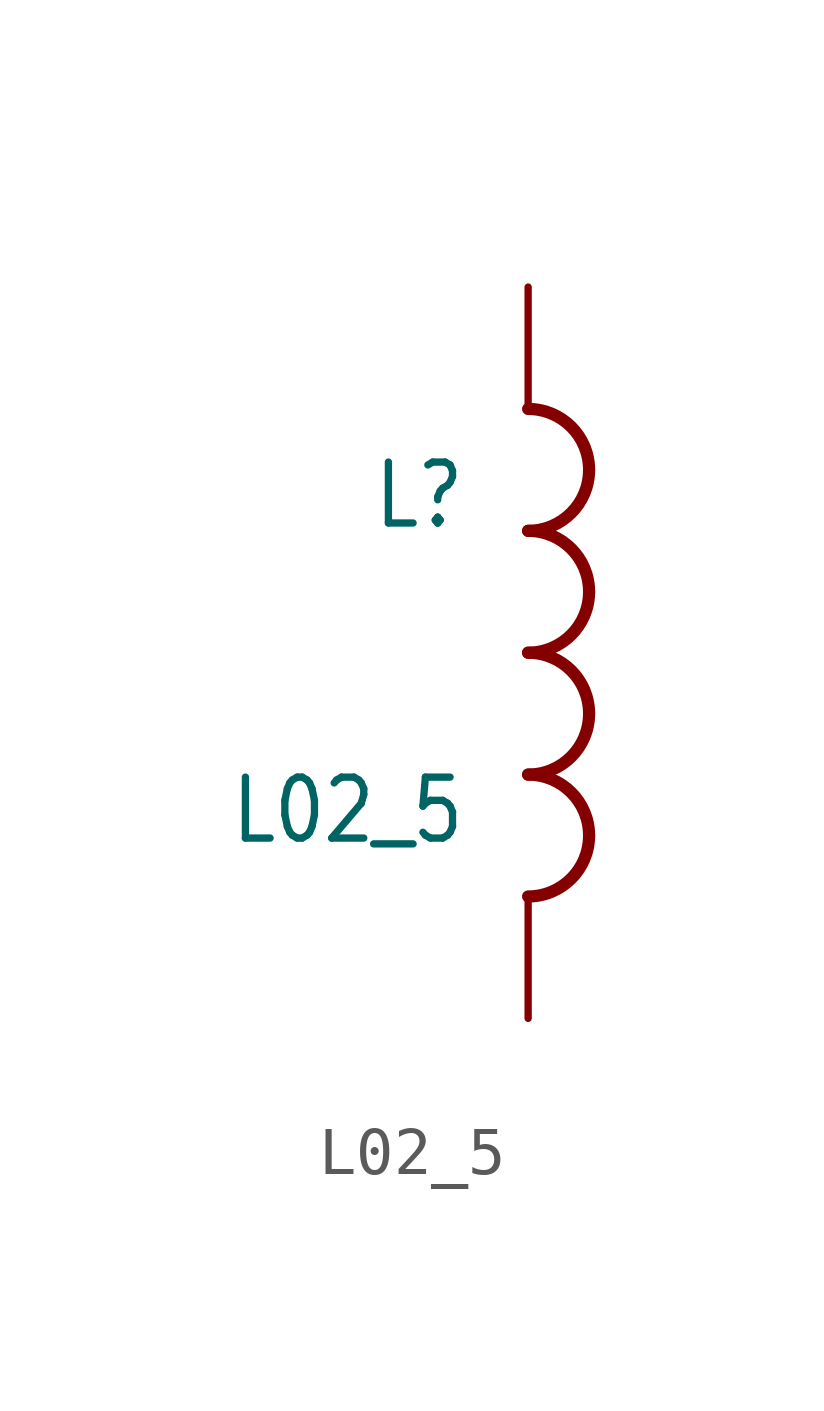
<source format=kicad_sym>
(kicad_symbol_lib
  (version 20201005)
  (generator kicad_symbol_editor)
  (symbol "L02_5"
    (property "Reference" "L"
      (at -1.27 2.54 0)
      (effects (font (size 1.27 1.079)) (justify right bottom)))
    (property "Value" "L02_5"
      (at -1.27 -2.54 0)
      (effects (font (size 1.27 1.079)) (justify right top)))
    (property "ki_locked" ""
      (at 0 0 0)
      (effects (font (size 1.27 1.27))))
    (symbol "L02_5_1_0"
      (arc (start 1.27 -3.81) (end 0 -2.54) (radius (at 0 -3.81) (length 1.27) (angles 0 90)) (stroke (width 0.254)) (fill (type none)))
      (arc (start 0 -5.08) (end 1.27 -3.81) (radius (at 0 -3.81) (length 1.27) (angles -90 0)) (stroke (width 0.254)) (fill (type none)))
      (arc (start 1.27 -1.27) (end 0 0) (radius (at 0 -1.27) (length 1.27) (angles 0 90)) (stroke (width 0.254)) (fill (type none)))
      (arc (start 0 -2.54) (end 1.27 -1.27) (radius (at 0 -1.27) (length 1.27) (angles -90 0)) (stroke (width 0.254)) (fill (type none)))
      (arc (start 1.27 1.27) (end 0 2.54) (radius (at 0 1.27) (length 1.27) (angles 0 90)) (stroke (width 0.254)) (fill (type none)))
      (arc (start 0 0) (end 1.27 1.27) (radius (at 0 1.27) (length 1.27) (angles -90 0)) (stroke (width 0.254)) (fill (type none)))
      (arc (start 1.27 3.81) (end 0 5.08) (radius (at 0 3.81) (length 1.27) (angles 0 90)) (stroke (width 0.254)) (fill (type none)))
      (arc (start 0 2.54) (end 1.27 3.81) (radius (at 0 3.81) (length 1.27) (angles -90 0)) (stroke (width 0.254)) (fill (type none)))
      (pin passive line (at 0 7.62 270) (length 2.54) (name "1" (effects (font (size 0 0)))) (number "1" (effects (font (size 0 0)))))
      (pin passive line (at 0 -7.62 90) (length 2.54) (name "2" (effects (font (size 0 0)))) (number "2" (effects (font (size 0 0))))))))
</source>
